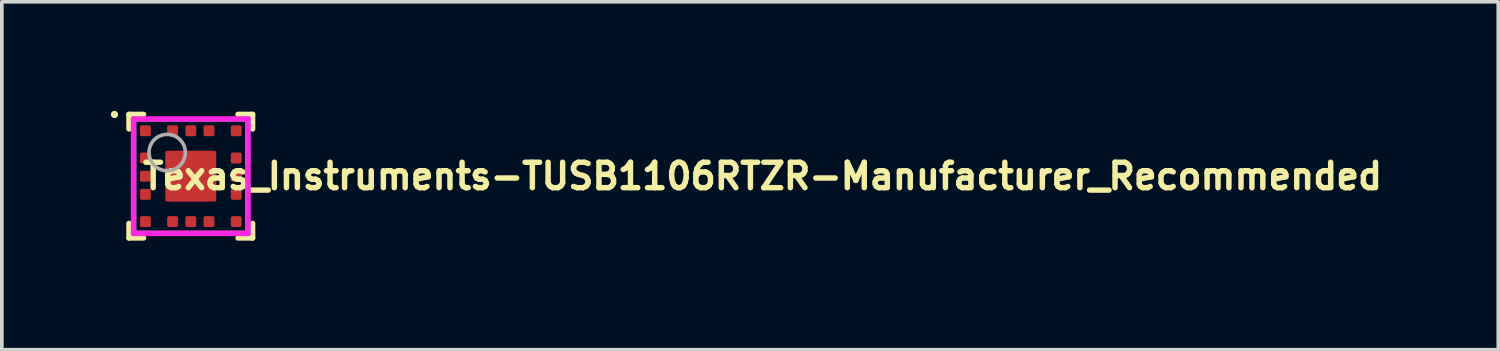
<source format=kicad_pcb>
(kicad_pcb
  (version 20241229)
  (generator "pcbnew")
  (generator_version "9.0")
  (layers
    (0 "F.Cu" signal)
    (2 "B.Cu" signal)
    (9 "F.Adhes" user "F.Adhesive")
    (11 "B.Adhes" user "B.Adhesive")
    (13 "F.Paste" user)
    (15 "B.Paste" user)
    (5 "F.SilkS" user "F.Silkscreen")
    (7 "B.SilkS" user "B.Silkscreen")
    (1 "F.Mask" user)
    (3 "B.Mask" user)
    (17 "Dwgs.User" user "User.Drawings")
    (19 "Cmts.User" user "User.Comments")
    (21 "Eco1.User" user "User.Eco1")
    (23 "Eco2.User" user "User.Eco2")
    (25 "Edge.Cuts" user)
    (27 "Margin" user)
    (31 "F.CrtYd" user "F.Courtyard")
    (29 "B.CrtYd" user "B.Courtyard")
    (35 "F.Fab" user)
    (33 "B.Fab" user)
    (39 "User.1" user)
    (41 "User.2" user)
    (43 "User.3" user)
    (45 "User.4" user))
  (footprint "Texas_Instruments-TUSB1106RTZR-Manufacturer_Recommended"
    (layer "F.Cu")
    (at 2.2 1.798)
    (property "Reference" "Texas_Instruments-TUSB1106RTZR-Manufacturer_Recommended" (at -1.4 -0.000001 0) (layer "F.SilkS") (effects (font (size 0.7 0.7) (thickness 0.15)) (justify left)))
    (attr through_hole)
    (fp_line (start -1.7 -1.7) (end -1.3 -1.7) (stroke (width 0.15) (type solid)) (layer "F.SilkS"))
    (fp_line (start -1.7 -1.3) (end -1.7 -1.7) (stroke (width 0.15) (type solid)) (layer "F.SilkS"))
    (fp_line (start -1.7 1.7) (end -1.7 1.3) (stroke (width 0.15) (type solid)) (layer "F.SilkS"))
    (fp_line (start -1.7 1.7) (end -1.3 1.7) (stroke (width 0.15) (type solid)) (layer "F.SilkS"))
    (fp_line (start 1.3 -1.7) (end 1.7 -1.7) (stroke (width 0.15) (type solid)) (layer "F.SilkS"))
    (fp_line (start 1.3 1.7) (end 1.7 1.7) (stroke (width 0.15) (type solid)) (layer "F.SilkS"))
    (fp_line (start 1.7 -1.3) (end 1.7 -1.7) (stroke (width 0.15) (type solid)) (layer "F.SilkS"))
    (fp_line (start 1.7 1.7) (end 1.7 1.3) (stroke (width 0.15) (type solid)) (layer "F.SilkS"))
    (fp_circle (center -2.1 -1.698) (end -2.05 -1.698) (stroke (width 0.1) (type solid)) (fill no) (layer "F.SilkS"))
    (fp_poly (pts (xy -0.65 -0.65) (xy -0.1 -0.65) (xy -0.1 -0.1) (xy -0.65 -0.1)) (stroke (width 0) (type solid)) (fill yes) (layer "F.Paste"))
    (fp_poly (pts (xy -0.65 0.65) (xy -0.65 0.1) (xy -0.1 0.1) (xy -0.1 0.65)) (stroke (width 0) (type solid)) (fill yes) (layer "F.Paste"))
    (fp_poly (pts (xy 0.65 0.65) (xy 0.1 0.65) (xy 0.1 0.1) (xy 0.65 0.1)) (stroke (width 0) (type solid)) (fill yes) (layer "F.Paste"))
    (fp_poly (pts (xy 0.65 -0.65) (xy 0.65 -0.1) (xy 0.1 -0.1) (xy 0.1 -0.65)) (stroke (width 0) (type solid)) (fill yes) (layer "F.Paste"))
    (fp_poly (pts (xy -1.276 -1.125) (xy -1.224 -1.125) (xy -1.216 -1.125) (xy -1.209 -1.126) (xy -1.201 -1.128) (xy -1.193 -1.13) (xy -1.186 -1.133) (xy -1.179 -1.136) (xy -1.172 -1.14) (xy -1.166 -1.144) (xy -1.16 -1.149) (xy -1.154 -1.154) (xy -1.149 -1.16) (xy -1.144 -1.166) (xy -1.14 -1.172) (xy -1.136 -1.179) (xy -1.133 -1.186) (xy -1.13 -1.193) (xy -1.128 -1.201) (xy -1.126 -1.209) (xy -1.125 -1.216) (xy -1.125 -1.224) (xy -1.125 -1.276) (xy -1.125 -1.284) (xy -1.126 -1.291) (xy -1.128 -1.299) (xy -1.13 -1.307) (xy -1.133 -1.314) (xy -1.136 -1.321) (xy -1.14 -1.328) (xy -1.144 -1.334) (xy -1.149 -1.34) (xy -1.154 -1.346) (xy -1.16 -1.351) (xy -1.166 -1.356) (xy -1.172 -1.36) (xy -1.179 -1.364) (xy -1.186 -1.367) (xy -1.193 -1.37) (xy -1.201 -1.372) (xy -1.209 -1.374) (xy -1.216 -1.375) (xy -1.224 -1.375) (xy -1.276 -1.375) (xy -1.284 -1.375) (xy -1.291 -1.374) (xy -1.299 -1.372) (xy -1.307 -1.37) (xy -1.314 -1.367) (xy -1.321 -1.364) (xy -1.328 -1.36) (xy -1.334 -1.356) (xy -1.34 -1.351) (xy -1.346 -1.346) (xy -1.351 -1.34) (xy -1.356 -1.334) (xy -1.36 -1.328) (xy -1.364 -1.321) (xy -1.367 -1.314) (xy -1.37 -1.307) (xy -1.372 -1.299) (xy -1.374 -1.291) (xy -1.375 -1.284) (xy -1.375 -1.276) (xy -1.375 -1.224) (xy -1.375 -1.216) (xy -1.374 -1.209) (xy -1.372 -1.201) (xy -1.37 -1.193) (xy -1.367 -1.186) (xy -1.364 -1.179) (xy -1.36 -1.172) (xy -1.356 -1.166) (xy -1.351 -1.16) (xy -1.346 -1.154) (xy -1.34 -1.149) (xy -1.334 -1.144) (xy -1.328 -1.14) (xy -1.321 -1.136) (xy -1.314 -1.133) (xy -1.307 -1.13) (xy -1.299 -1.128) (xy -1.291 -1.126) (xy -1.284 -1.125) (xy -1.276 -1.125)) (stroke (width 0) (type solid)) (fill yes) (layer "F.Paste"))
    (fp_poly (pts (xy -1.276 -0.625) (xy -1.284 -0.625) (xy -1.291 -0.624) (xy -1.299 -0.622) (xy -1.307 -0.62) (xy -1.314 -0.617) (xy -1.321 -0.614) (xy -1.328 -0.61) (xy -1.334 -0.606) (xy -1.34 -0.601) (xy -1.346 -0.596) (xy -1.351 -0.59) (xy -1.356 -0.584) (xy -1.36 -0.578) (xy -1.364 -0.571) (xy -1.367 -0.564) (xy -1.37 -0.557) (xy -1.372 -0.549) (xy -1.374 -0.541) (xy -1.375 -0.534) (xy -1.375 -0.526) (xy -1.375 -0.474) (xy -1.375 -0.466) (xy -1.374 -0.459) (xy -1.372 -0.451) (xy -1.37 -0.443) (xy -1.367 -0.436) (xy -1.364 -0.429) (xy -1.36 -0.422) (xy -1.356 -0.416) (xy -1.351 -0.41) (xy -1.346 -0.404) (xy -1.34 -0.399) (xy -1.334 -0.394) (xy -1.328 -0.39) (xy -1.321 -0.386) (xy -1.314 -0.383) (xy -1.307 -0.38) (xy -1.299 -0.378) (xy -1.291 -0.376) (xy -1.284 -0.375) (xy -1.276 -0.375) (xy -1.224 -0.375) (xy -1.216 -0.375) (xy -1.209 -0.376) (xy -1.201 -0.378) (xy -1.193 -0.38) (xy -1.186 -0.383) (xy -1.179 -0.386) (xy -1.172 -0.39) (xy -1.166 -0.394) (xy -1.16 -0.399) (xy -1.154 -0.404) (xy -1.149 -0.41) (xy -1.144 -0.416) (xy -1.14 -0.422) (xy -1.136 -0.429) (xy -1.133 -0.436) (xy -1.13 -0.443) (xy -1.128 -0.451) (xy -1.126 -0.459) (xy -1.125 -0.466) (xy -1.125 -0.474) (xy -1.125 -0.526) (xy -1.125 -0.534) (xy -1.126 -0.541) (xy -1.128 -0.549) (xy -1.13 -0.557) (xy -1.133 -0.564) (xy -1.136 -0.571) (xy -1.14 -0.578) (xy -1.144 -0.584) (xy -1.149 -0.59) (xy -1.154 -0.596) (xy -1.16 -0.601) (xy -1.166 -0.606) (xy -1.172 -0.61) (xy -1.179 -0.614) (xy -1.186 -0.617) (xy -1.193 -0.62) (xy -1.201 -0.622) (xy -1.209 -0.624) (xy -1.216 -0.625) (xy -1.224 -0.625) (xy -1.276 -0.625)) (stroke (width 0) (type solid)) (fill yes) (layer "F.Paste"))
    (fp_poly (pts (xy -1.276 0.125) (xy -1.224 0.125) (xy -1.216 0.125) (xy -1.209 0.124) (xy -1.201 0.122) (xy -1.193 0.12) (xy -1.186 0.117) (xy -1.179 0.114) (xy -1.172 0.11) (xy -1.166 0.106) (xy -1.16 0.101) (xy -1.154 0.096) (xy -1.149 0.09) (xy -1.144 0.084) (xy -1.14 0.078) (xy -1.136 0.071) (xy -1.133 0.064) (xy -1.13 0.057) (xy -1.128 0.049) (xy -1.126 0.041) (xy -1.125 0.034) (xy -1.125 0.026) (xy -1.125 -0.026) (xy -1.125 -0.034) (xy -1.126 -0.041) (xy -1.128 -0.049) (xy -1.13 -0.057) (xy -1.133 -0.064) (xy -1.136 -0.071) (xy -1.14 -0.078) (xy -1.144 -0.084) (xy -1.149 -0.09) (xy -1.154 -0.096) (xy -1.16 -0.101) (xy -1.166 -0.106) (xy -1.172 -0.11) (xy -1.179 -0.114) (xy -1.186 -0.117) (xy -1.193 -0.12) (xy -1.201 -0.122) (xy -1.209 -0.124) (xy -1.216 -0.125) (xy -1.224 -0.125) (xy -1.276 -0.125) (xy -1.284 -0.125) (xy -1.291 -0.124) (xy -1.299 -0.122) (xy -1.307 -0.12) (xy -1.314 -0.117) (xy -1.321 -0.114) (xy -1.328 -0.11) (xy -1.334 -0.106) (xy -1.34 -0.101) (xy -1.346 -0.096) (xy -1.351 -0.09) (xy -1.356 -0.084) (xy -1.36 -0.078) (xy -1.364 -0.071) (xy -1.367 -0.064) (xy -1.37 -0.057) (xy -1.372 -0.049) (xy -1.374 -0.041) (xy -1.375 -0.034) (xy -1.375 -0.026) (xy -1.375 0.026) (xy -1.375 0.034) (xy -1.374 0.041) (xy -1.372 0.049) (xy -1.37 0.057) (xy -1.367 0.064) (xy -1.364 0.071) (xy -1.36 0.078) (xy -1.356 0.084) (xy -1.351 0.09) (xy -1.346 0.096) (xy -1.34 0.101) (xy -1.334 0.106) (xy -1.328 0.11) (xy -1.321 0.114) (xy -1.314 0.117) (xy -1.307 0.12) (xy -1.299 0.122) (xy -1.291 0.124) (xy -1.284 0.125) (xy -1.276 0.125)) (stroke (width 0) (type solid)) (fill yes) (layer "F.Paste"))
    (fp_poly (pts (xy -1.276 0.375) (xy -1.284 0.375) (xy -1.291 0.376) (xy -1.299 0.378) (xy -1.307 0.38) (xy -1.314 0.383) (xy -1.321 0.386) (xy -1.328 0.39) (xy -1.334 0.394) (xy -1.34 0.399) (xy -1.346 0.404) (xy -1.351 0.41) (xy -1.356 0.416) (xy -1.36 0.422) (xy -1.364 0.429) (xy -1.367 0.436) (xy -1.37 0.443) (xy -1.372 0.451) (xy -1.374 0.459) (xy -1.375 0.466) (xy -1.375 0.474) (xy -1.375 0.526) (xy -1.375 0.534) (xy -1.374 0.541) (xy -1.372 0.549) (xy -1.37 0.557) (xy -1.367 0.564) (xy -1.364 0.571) (xy -1.36 0.578) (xy -1.356 0.584) (xy -1.351 0.59) (xy -1.346 0.596) (xy -1.34 0.601) (xy -1.334 0.606) (xy -1.328 0.61) (xy -1.321 0.614) (xy -1.314 0.617) (xy -1.307 0.62) (xy -1.299 0.622) (xy -1.291 0.624) (xy -1.284 0.625) (xy -1.276 0.625) (xy -1.224 0.625) (xy -1.216 0.625) (xy -1.209 0.624) (xy -1.201 0.622) (xy -1.193 0.62) (xy -1.186 0.617) (xy -1.179 0.614) (xy -1.172 0.61) (xy -1.166 0.606) (xy -1.16 0.601) (xy -1.154 0.596) (xy -1.149 0.59) (xy -1.144 0.584) (xy -1.14 0.578) (xy -1.136 0.571) (xy -1.133 0.564) (xy -1.13 0.557) (xy -1.128 0.549) (xy -1.126 0.541) (xy -1.125 0.534) (xy -1.125 0.526) (xy -1.125 0.474) (xy -1.125 0.466) (xy -1.126 0.459) (xy -1.128 0.451) (xy -1.13 0.443) (xy -1.133 0.436) (xy -1.136 0.429) (xy -1.14 0.422) (xy -1.144 0.416) (xy -1.149 0.41) (xy -1.154 0.404) (xy -1.16 0.399) (xy -1.166 0.394) (xy -1.172 0.39) (xy -1.179 0.386) (xy -1.186 0.383) (xy -1.193 0.38) (xy -1.201 0.378) (xy -1.209 0.376) (xy -1.216 0.375) (xy -1.224 0.375) (xy -1.276 0.375)) (stroke (width 0) (type solid)) (fill yes) (layer "F.Paste"))
    (fp_poly (pts (xy -1.125 1.224) (xy -1.125 1.216) (xy -1.126 1.209) (xy -1.128 1.201) (xy -1.13 1.193) (xy -1.133 1.186) (xy -1.136 1.179) (xy -1.14 1.172) (xy -1.144 1.166) (xy -1.149 1.16) (xy -1.154 1.154) (xy -1.16 1.149) (xy -1.166 1.144) (xy -1.172 1.14) (xy -1.179 1.136) (xy -1.186 1.133) (xy -1.193 1.13) (xy -1.201 1.128) (xy -1.209 1.126) (xy -1.216 1.125) (xy -1.224 1.125) (xy -1.276 1.125) (xy -1.284 1.125) (xy -1.291 1.126) (xy -1.299 1.128) (xy -1.307 1.13) (xy -1.314 1.133) (xy -1.321 1.136) (xy -1.328 1.14) (xy -1.334 1.144) (xy -1.34 1.149) (xy -1.346 1.154) (xy -1.351 1.16) (xy -1.356 1.166) (xy -1.36 1.172) (xy -1.364 1.179) (xy -1.367 1.186) (xy -1.37 1.193) (xy -1.372 1.201) (xy -1.374 1.209) (xy -1.375 1.216) (xy -1.375 1.224) (xy -1.375 1.276) (xy -1.375 1.284) (xy -1.374 1.291) (xy -1.372 1.299) (xy -1.37 1.307) (xy -1.367 1.314) (xy -1.364 1.321) (xy -1.36 1.328) (xy -1.356 1.334) (xy -1.351 1.34) (xy -1.346 1.346) (xy -1.34 1.351) (xy -1.334 1.356) (xy -1.328 1.36) (xy -1.321 1.364) (xy -1.314 1.367) (xy -1.307 1.37) (xy -1.299 1.372) (xy -1.291 1.374) (xy -1.284 1.375) (xy -1.276 1.375) (xy -1.224 1.375) (xy -1.216 1.375) (xy -1.209 1.374) (xy -1.201 1.372) (xy -1.193 1.37) (xy -1.186 1.367) (xy -1.179 1.364) (xy -1.172 1.36) (xy -1.166 1.356) (xy -1.16 1.351) (xy -1.154 1.346) (xy -1.149 1.34) (xy -1.144 1.334) (xy -1.14 1.328) (xy -1.136 1.321) (xy -1.133 1.314) (xy -1.13 1.307) (xy -1.128 1.299) (xy -1.126 1.291) (xy -1.125 1.284) (xy -1.125 1.276) (xy -1.125 1.224)) (stroke (width 0) (type solid)) (fill yes) (layer "F.Paste"))
    (fp_poly (pts (xy -0.625 -1.224) (xy -0.625 -1.216) (xy -0.624 -1.209) (xy -0.622 -1.201) (xy -0.62 -1.193) (xy -0.617 -1.186) (xy -0.614 -1.179) (xy -0.61 -1.172) (xy -0.606 -1.166) (xy -0.601 -1.16) (xy -0.596 -1.154) (xy -0.59 -1.149) (xy -0.584 -1.144) (xy -0.578 -1.14) (xy -0.571 -1.136) (xy -0.564 -1.133) (xy -0.557 -1.13) (xy -0.549 -1.128) (xy -0.541 -1.126) (xy -0.534 -1.125) (xy -0.526 -1.125) (xy -0.474 -1.125) (xy -0.466 -1.125) (xy -0.459 -1.126) (xy -0.451 -1.128) (xy -0.443 -1.13) (xy -0.436 -1.133) (xy -0.429 -1.136) (xy -0.422 -1.14) (xy -0.416 -1.144) (xy -0.41 -1.149) (xy -0.404 -1.154) (xy -0.399 -1.16) (xy -0.394 -1.166) (xy -0.39 -1.172) (xy -0.386 -1.179) (xy -0.383 -1.186) (xy -0.38 -1.193) (xy -0.378 -1.201) (xy -0.376 -1.209) (xy -0.375 -1.216) (xy -0.375 -1.224) (xy -0.375 -1.276) (xy -0.375 -1.284) (xy -0.376 -1.291) (xy -0.378 -1.299) (xy -0.38 -1.307) (xy -0.383 -1.314) (xy -0.386 -1.321) (xy -0.39 -1.328) (xy -0.394 -1.334) (xy -0.399 -1.34) (xy -0.404 -1.346) (xy -0.41 -1.351) (xy -0.416 -1.356) (xy -0.422 -1.36) (xy -0.429 -1.364) (xy -0.436 -1.367) (xy -0.443 -1.37) (xy -0.451 -1.372) (xy -0.459 -1.374) (xy -0.466 -1.375) (xy -0.474 -1.375) (xy -0.526 -1.375) (xy -0.534 -1.375) (xy -0.541 -1.374) (xy -0.549 -1.372) (xy -0.557 -1.37) (xy -0.564 -1.367) (xy -0.571 -1.364) (xy -0.578 -1.36) (xy -0.584 -1.356) (xy -0.59 -1.351) (xy -0.596 -1.346) (xy -0.601 -1.34) (xy -0.606 -1.334) (xy -0.61 -1.328) (xy -0.614 -1.321) (xy -0.617 -1.314) (xy -0.62 -1.307) (xy -0.622 -1.299) (xy -0.624 -1.291) (xy -0.625 -1.284) (xy -0.625 -1.276) (xy -0.625 -1.224)) (stroke (width 0) (type solid)) (fill yes) (layer "F.Paste"))
    (fp_poly (pts (xy -0.625 1.276) (xy -0.625 1.284) (xy -0.624 1.291) (xy -0.622 1.299) (xy -0.62 1.307) (xy -0.617 1.314) (xy -0.614 1.321) (xy -0.61 1.328) (xy -0.606 1.334) (xy -0.601 1.34) (xy -0.596 1.346) (xy -0.59 1.351) (xy -0.584 1.356) (xy -0.578 1.36) (xy -0.571 1.364) (xy -0.564 1.367) (xy -0.557 1.37) (xy -0.549 1.372) (xy -0.541 1.374) (xy -0.534 1.375) (xy -0.526 1.375) (xy -0.474 1.375) (xy -0.466 1.375) (xy -0.459 1.374) (xy -0.451 1.372) (xy -0.443 1.37) (xy -0.436 1.367) (xy -0.429 1.364) (xy -0.422 1.36) (xy -0.416 1.356) (xy -0.41 1.351) (xy -0.404 1.346) (xy -0.399 1.34) (xy -0.394 1.334) (xy -0.39 1.328) (xy -0.386 1.321) (xy -0.383 1.314) (xy -0.38 1.307) (xy -0.378 1.299) (xy -0.376 1.291) (xy -0.375 1.284) (xy -0.375 1.276) (xy -0.375 1.224) (xy -0.375 1.216) (xy -0.376 1.209) (xy -0.378 1.201) (xy -0.38 1.193) (xy -0.383 1.186) (xy -0.386 1.179) (xy -0.39 1.172) (xy -0.394 1.166) (xy -0.399 1.16) (xy -0.404 1.154) (xy -0.41 1.149) (xy -0.416 1.144) (xy -0.422 1.14) (xy -0.429 1.136) (xy -0.436 1.133) (xy -0.443 1.13) (xy -0.451 1.128) (xy -0.459 1.126) (xy -0.466 1.125) (xy -0.474 1.125) (xy -0.526 1.125) (xy -0.534 1.125) (xy -0.541 1.126) (xy -0.549 1.128) (xy -0.557 1.13) (xy -0.564 1.133) (xy -0.571 1.136) (xy -0.578 1.14) (xy -0.584 1.144) (xy -0.59 1.149) (xy -0.596 1.154) (xy -0.601 1.16) (xy -0.606 1.166) (xy -0.61 1.172) (xy -0.614 1.179) (xy -0.617 1.186) (xy -0.62 1.193) (xy -0.622 1.201) (xy -0.624 1.209) (xy -0.625 1.216) (xy -0.625 1.224) (xy -0.625 1.276)) (stroke (width 0) (type solid)) (fill yes) (layer "F.Paste"))
    (fp_poly (pts (xy -0.125 1.276) (xy -0.125 1.284) (xy -0.124 1.291) (xy -0.122 1.299) (xy -0.12 1.307) (xy -0.117 1.314) (xy -0.114 1.321) (xy -0.11 1.328) (xy -0.106 1.334) (xy -0.101 1.34) (xy -0.096 1.346) (xy -0.09 1.351) (xy -0.084 1.356) (xy -0.078 1.36) (xy -0.071 1.364) (xy -0.064 1.367) (xy -0.057 1.37) (xy -0.049 1.372) (xy -0.041 1.374) (xy -0.034 1.375) (xy -0.026 1.375) (xy 0.026 1.375) (xy 0.034 1.375) (xy 0.041 1.374) (xy 0.049 1.372) (xy 0.057 1.37) (xy 0.064 1.367) (xy 0.071 1.364) (xy 0.078 1.36) (xy 0.084 1.356) (xy 0.09 1.351) (xy 0.096 1.346) (xy 0.101 1.34) (xy 0.106 1.334) (xy 0.11 1.328) (xy 0.114 1.321) (xy 0.117 1.314) (xy 0.12 1.307) (xy 0.122 1.299) (xy 0.124 1.291) (xy 0.125 1.284) (xy 0.125 1.276) (xy 0.125 1.224) (xy 0.125 1.216) (xy 0.124 1.209) (xy 0.122 1.201) (xy 0.12 1.193) (xy 0.117 1.186) (xy 0.114 1.179) (xy 0.11 1.172) (xy 0.106 1.166) (xy 0.101 1.16) (xy 0.096 1.154) (xy 0.09 1.149) (xy 0.084 1.144) (xy 0.078 1.14) (xy 0.071 1.136) (xy 0.064 1.133) (xy 0.057 1.13) (xy 0.049 1.128) (xy 0.041 1.126) (xy 0.034 1.125) (xy 0.026 1.125) (xy -0.026 1.125) (xy -0.034 1.125) (xy -0.041 1.126) (xy -0.049 1.128) (xy -0.057 1.13) (xy -0.064 1.133) (xy -0.071 1.136) (xy -0.078 1.14) (xy -0.084 1.144) (xy -0.09 1.149) (xy -0.096 1.154) (xy -0.101 1.16) (xy -0.106 1.166) (xy -0.11 1.172) (xy -0.114 1.179) (xy -0.117 1.186) (xy -0.12 1.193) (xy -0.122 1.201) (xy -0.124 1.209) (xy -0.125 1.216) (xy -0.125 1.224) (xy -0.125 1.276)) (stroke (width 0) (type solid)) (fill yes) (layer "F.Paste"))
    (fp_poly (pts (xy -0.026 -1.125) (xy 0.026 -1.125) (xy 0.034 -1.125) (xy 0.041 -1.126) (xy 0.049 -1.128) (xy 0.057 -1.13) (xy 0.064 -1.133) (xy 0.071 -1.136) (xy 0.078 -1.14) (xy 0.084 -1.144) (xy 0.09 -1.149) (xy 0.096 -1.154) (xy 0.101 -1.16) (xy 0.106 -1.166) (xy 0.11 -1.172) (xy 0.114 -1.179) (xy 0.117 -1.186) (xy 0.12 -1.193) (xy 0.122 -1.201) (xy 0.124 -1.209) (xy 0.125 -1.216) (xy 0.125 -1.224) (xy 0.125 -1.276) (xy 0.125 -1.284) (xy 0.124 -1.291) (xy 0.122 -1.299) (xy 0.12 -1.307) (xy 0.117 -1.314) (xy 0.114 -1.321) (xy 0.11 -1.328) (xy 0.106 -1.334) (xy 0.101 -1.34) (xy 0.096 -1.346) (xy 0.09 -1.351) (xy 0.084 -1.356) (xy 0.078 -1.36) (xy 0.071 -1.364) (xy 0.064 -1.367) (xy 0.057 -1.37) (xy 0.049 -1.372) (xy 0.041 -1.374) (xy 0.034 -1.375) (xy 0.026 -1.375) (xy -0.026 -1.375) (xy -0.034 -1.375) (xy -0.041 -1.374) (xy -0.049 -1.372) (xy -0.057 -1.37) (xy -0.064 -1.367) (xy -0.071 -1.364) (xy -0.078 -1.36) (xy -0.084 -1.356) (xy -0.09 -1.351) (xy -0.096 -1.346) (xy -0.101 -1.34) (xy -0.106 -1.334) (xy -0.11 -1.328) (xy -0.114 -1.321) (xy -0.117 -1.314) (xy -0.12 -1.307) (xy -0.122 -1.299) (xy -0.124 -1.291) (xy -0.125 -1.284) (xy -0.125 -1.276) (xy -0.125 -1.224) (xy -0.125 -1.216) (xy -0.124 -1.209) (xy -0.122 -1.201) (xy -0.12 -1.193) (xy -0.117 -1.186) (xy -0.114 -1.179) (xy -0.11 -1.172) (xy -0.106 -1.166) (xy -0.101 -1.16) (xy -0.096 -1.154) (xy -0.09 -1.149) (xy -0.084 -1.144) (xy -0.078 -1.139) (xy -0.071 -1.136) (xy -0.064 -1.132) (xy -0.057 -1.13) (xy -0.049 -1.127) (xy -0.041 -1.126) (xy -0.034 -1.125) (xy -0.026 -1.125)) (stroke (width 0) (type solid)) (fill yes) (layer "F.Paste"))
    (fp_poly (pts (xy 0.35 0.252) (xy 0.35 -0.252) (xy 0.35 -0.26) (xy 0.349 -0.267) (xy 0.347 -0.275) (xy 0.345 -0.282) (xy 0.343 -0.29) (xy 0.339 -0.296) (xy 0.336 -0.303) (xy 0.331 -0.31) (xy 0.327 -0.316) (xy 0.321 -0.321) (xy 0.316 -0.327) (xy 0.31 -0.331) (xy 0.303 -0.336) (xy 0.296 -0.339) (xy 0.29 -0.343) (xy 0.282 -0.345) (xy 0.275 -0.347) (xy 0.267 -0.349) (xy 0.26 -0.35) (xy 0.252 -0.35) (xy -0.252 -0.35) (xy -0.26 -0.35) (xy -0.267 -0.349) (xy -0.275 -0.347) (xy -0.282 -0.345) (xy -0.29 -0.343) (xy -0.296 -0.339) (xy -0.303 -0.336) (xy -0.31 -0.331) (xy -0.316 -0.327) (xy -0.321 -0.321) (xy -0.327 -0.316) (xy -0.331 -0.31) (xy -0.336 -0.303) (xy -0.339 -0.296) (xy -0.343 -0.29) (xy -0.345 -0.282) (xy -0.347 -0.275) (xy -0.349 -0.267) (xy -0.35 -0.26) (xy -0.35 -0.252) (xy -0.35 0.252) (xy -0.35 0.26) (xy -0.349 0.267) (xy -0.347 0.275) (xy -0.345 0.282) (xy -0.343 0.29) (xy -0.339 0.296) (xy -0.336 0.303) (xy -0.331 0.31) (xy -0.327 0.316) (xy -0.321 0.321) (xy -0.316 0.327) (xy -0.31 0.331) (xy -0.303 0.336) (xy -0.296 0.339) (xy -0.29 0.343) (xy -0.282 0.345) (xy -0.275 0.347) (xy -0.267 0.349) (xy -0.26 0.35) (xy -0.252 0.35) (xy 0.252 0.35) (xy 0.26 0.35) (xy 0.267 0.349) (xy 0.275 0.347) (xy 0.282 0.345) (xy 0.289 0.343) (xy 0.296 0.339) (xy 0.303 0.336) (xy 0.309 0.331) (xy 0.315 0.327) (xy 0.321 0.321) (xy 0.326 0.316) (xy 0.331 0.31) (xy 0.335 0.303) (xy 0.339 0.297) (xy 0.342 0.29) (xy 0.345 0.283) (xy 0.347 0.275) (xy 0.349 0.268) (xy 0.35 0.26) (xy 0.35 0.253)) (stroke (width 0) (type solid)) (fill yes) (layer "F.Paste"))
    (fp_poly (pts (xy 0.375 1.224) (xy 0.375 1.276) (xy 0.375 1.284) (xy 0.376 1.291) (xy 0.378 1.299) (xy 0.38 1.307) (xy 0.383 1.314) (xy 0.386 1.321) (xy 0.39 1.328) (xy 0.394 1.334) (xy 0.399 1.34) (xy 0.404 1.346) (xy 0.41 1.351) (xy 0.416 1.356) (xy 0.422 1.36) (xy 0.429 1.364) (xy 0.436 1.367) (xy 0.443 1.37) (xy 0.451 1.372) (xy 0.459 1.374) (xy 0.466 1.375) (xy 0.474 1.375) (xy 0.526 1.375) (xy 0.534 1.375) (xy 0.541 1.374) (xy 0.549 1.372) (xy 0.557 1.37) (xy 0.564 1.367) (xy 0.571 1.364) (xy 0.578 1.36) (xy 0.584 1.356) (xy 0.59 1.351) (xy 0.596 1.346) (xy 0.601 1.34) (xy 0.606 1.334) (xy 0.61 1.328) (xy 0.614 1.321) (xy 0.617 1.314) (xy 0.62 1.307) (xy 0.622 1.299) (xy 0.624 1.291) (xy 0.625 1.284) (xy 0.625 1.276) (xy 0.625 1.224) (xy 0.625 1.216) (xy 0.624 1.209) (xy 0.622 1.201) (xy 0.62 1.193) (xy 0.617 1.186) (xy 0.614 1.179) (xy 0.61 1.172) (xy 0.606 1.166) (xy 0.601 1.16) (xy 0.596 1.154) (xy 0.59 1.149) (xy 0.584 1.144) (xy 0.578 1.14) (xy 0.571 1.136) (xy 0.564 1.133) (xy 0.557 1.13) (xy 0.549 1.128) (xy 0.541 1.126) (xy 0.534 1.125) (xy 0.526 1.125) (xy 0.474 1.125) (xy 0.466 1.125) (xy 0.459 1.126) (xy 0.451 1.128) (xy 0.443 1.13) (xy 0.436 1.133) (xy 0.429 1.136) (xy 0.422 1.14) (xy 0.416 1.144) (xy 0.41 1.149) (xy 0.404 1.154) (xy 0.399 1.16) (xy 0.394 1.166) (xy 0.39 1.172) (xy 0.386 1.179) (xy 0.383 1.186) (xy 0.38 1.193) (xy 0.378 1.201) (xy 0.376 1.209) (xy 0.375 1.216) (xy 0.375 1.224)) (stroke (width 0) (type solid)) (fill yes) (layer "F.Paste"))
    (fp_poly (pts (xy 0.474 -1.375) (xy 0.466 -1.375) (xy 0.459 -1.374) (xy 0.451 -1.372) (xy 0.443 -1.37) (xy 0.436 -1.367) (xy 0.429 -1.364) (xy 0.422 -1.36) (xy 0.416 -1.356) (xy 0.41 -1.351) (xy 0.404 -1.346) (xy 0.399 -1.34) (xy 0.394 -1.334) (xy 0.39 -1.328) (xy 0.386 -1.321) (xy 0.383 -1.314) (xy 0.38 -1.307) (xy 0.378 -1.299) (xy 0.376 -1.291) (xy 0.375 -1.284) (xy 0.375 -1.276) (xy 0.375 -1.224) (xy 0.375 -1.216) (xy 0.376 -1.209) (xy 0.378 -1.201) (xy 0.38 -1.193) (xy 0.383 -1.186) (xy 0.386 -1.179) (xy 0.39 -1.172) (xy 0.394 -1.166) (xy 0.399 -1.16) (xy 0.404 -1.154) (xy 0.41 -1.149) (xy 0.416 -1.144) (xy 0.422 -1.14) (xy 0.429 -1.136) (xy 0.436 -1.133) (xy 0.443 -1.13) (xy 0.451 -1.128) (xy 0.459 -1.126) (xy 0.466 -1.125) (xy 0.474 -1.125) (xy 0.526 -1.125) (xy 0.534 -1.125) (xy 0.541 -1.126) (xy 0.549 -1.128) (xy 0.557 -1.13) (xy 0.564 -1.133) (xy 0.571 -1.136) (xy 0.578 -1.14) (xy 0.584 -1.144) (xy 0.59 -1.149) (xy 0.596 -1.154) (xy 0.601 -1.16) (xy 0.606 -1.166) (xy 0.61 -1.172) (xy 0.614 -1.179) (xy 0.617 -1.186) (xy 0.62 -1.193) (xy 0.622 -1.201) (xy 0.624 -1.209) (xy 0.625 -1.216) (xy 0.625 -1.224) (xy 0.625 -1.276) (xy 0.625 -1.284) (xy 0.624 -1.291) (xy 0.622 -1.299) (xy 0.62 -1.307) (xy 0.617 -1.314) (xy 0.614 -1.321) (xy 0.61 -1.328) (xy 0.606 -1.334) (xy 0.601 -1.34) (xy 0.596 -1.346) (xy 0.59 -1.351) (xy 0.584 -1.356) (xy 0.578 -1.36) (xy 0.571 -1.364) (xy 0.564 -1.367) (xy 0.557 -1.37) (xy 0.549 -1.372) (xy 0.541 -1.374) (xy 0.534 -1.375) (xy 0.526 -1.375) (xy 0.474 -1.375)) (stroke (width 0) (type solid)) (fill yes) (layer "F.Paste"))
    (fp_poly (pts (xy 1.125 -0.526) (xy 1.125 -0.474) (xy 1.125 -0.466) (xy 1.126 -0.459) (xy 1.128 -0.451) (xy 1.13 -0.443) (xy 1.133 -0.436) (xy 1.136 -0.429) (xy 1.14 -0.422) (xy 1.144 -0.416) (xy 1.149 -0.41) (xy 1.154 -0.404) (xy 1.16 -0.399) (xy 1.166 -0.394) (xy 1.172 -0.39) (xy 1.179 -0.386) (xy 1.186 -0.383) (xy 1.193 -0.38) (xy 1.201 -0.378) (xy 1.209 -0.376) (xy 1.216 -0.375) (xy 1.224 -0.375) (xy 1.276 -0.375) (xy 1.284 -0.375) (xy 1.291 -0.376) (xy 1.299 -0.378) (xy 1.307 -0.38) (xy 1.314 -0.383) (xy 1.321 -0.386) (xy 1.328 -0.39) (xy 1.334 -0.394) (xy 1.34 -0.399) (xy 1.346 -0.404) (xy 1.351 -0.41) (xy 1.356 -0.416) (xy 1.36 -0.422) (xy 1.364 -0.429) (xy 1.367 -0.436) (xy 1.37 -0.443) (xy 1.372 -0.451) (xy 1.374 -0.459) (xy 1.375 -0.466) (xy 1.375 -0.474) (xy 1.375 -0.526) (xy 1.375 -0.534) (xy 1.374 -0.541) (xy 1.372 -0.549) (xy 1.37 -0.557) (xy 1.367 -0.564) (xy 1.364 -0.571) (xy 1.36 -0.578) (xy 1.356 -0.584) (xy 1.351 -0.59) (xy 1.346 -0.596) (xy 1.34 -0.601) (xy 1.334 -0.606) (xy 1.328 -0.61) (xy 1.321 -0.614) (xy 1.314 -0.617) (xy 1.307 -0.62) (xy 1.299 -0.622) (xy 1.291 -0.624) (xy 1.284 -0.625) (xy 1.276 -0.625) (xy 1.224 -0.625) (xy 1.216 -0.625) (xy 1.209 -0.624) (xy 1.201 -0.622) (xy 1.193 -0.62) (xy 1.186 -0.617) (xy 1.179 -0.614) (xy 1.172 -0.61) (xy 1.166 -0.606) (xy 1.16 -0.601) (xy 1.154 -0.596) (xy 1.149 -0.59) (xy 1.144 -0.584) (xy 1.14 -0.578) (xy 1.136 -0.571) (xy 1.133 -0.564) (xy 1.13 -0.557) (xy 1.128 -0.549) (xy 1.126 -0.541) (xy 1.125 -0.534) (xy 1.125 -0.526)) (stroke (width 0) (type solid)) (fill yes) (layer "F.Paste"))
    (fp_poly (pts (xy 1.125 -0.026) (xy 1.125 0.026) (xy 1.125 0.034) (xy 1.126 0.041) (xy 1.128 0.049) (xy 1.13 0.057) (xy 1.133 0.064) (xy 1.136 0.071) (xy 1.14 0.078) (xy 1.144 0.084) (xy 1.149 0.09) (xy 1.154 0.096) (xy 1.16 0.101) (xy 1.166 0.106) (xy 1.172 0.11) (xy 1.179 0.114) (xy 1.186 0.117) (xy 1.193 0.12) (xy 1.201 0.122) (xy 1.209 0.124) (xy 1.216 0.125) (xy 1.224 0.125) (xy 1.276 0.125) (xy 1.284 0.125) (xy 1.291 0.124) (xy 1.299 0.122) (xy 1.307 0.12) (xy 1.314 0.117) (xy 1.321 0.114) (xy 1.328 0.11) (xy 1.334 0.106) (xy 1.34 0.101) (xy 1.346 0.096) (xy 1.351 0.09) (xy 1.356 0.084) (xy 1.36 0.078) (xy 1.364 0.071) (xy 1.367 0.064) (xy 1.37 0.057) (xy 1.372 0.049) (xy 1.374 0.041) (xy 1.375 0.034) (xy 1.375 0.026) (xy 1.375 -0.026) (xy 1.375 -0.034) (xy 1.374 -0.041) (xy 1.372 -0.049) (xy 1.37 -0.057) (xy 1.367 -0.064) (xy 1.364 -0.071) (xy 1.36 -0.078) (xy 1.356 -0.084) (xy 1.351 -0.09) (xy 1.346 -0.096) (xy 1.34 -0.101) (xy 1.334 -0.106) (xy 1.328 -0.11) (xy 1.321 -0.114) (xy 1.314 -0.117) (xy 1.307 -0.12) (xy 1.299 -0.122) (xy 1.291 -0.124) (xy 1.284 -0.125) (xy 1.276 -0.125) (xy 1.224 -0.125) (xy 1.216 -0.125) (xy 1.209 -0.124) (xy 1.201 -0.122) (xy 1.193 -0.12) (xy 1.186 -0.117) (xy 1.179 -0.114) (xy 1.172 -0.11) (xy 1.166 -0.106) (xy 1.16 -0.101) (xy 1.154 -0.096) (xy 1.149 -0.09) (xy 1.144 -0.084) (xy 1.14 -0.078) (xy 1.136 -0.071) (xy 1.133 -0.064) (xy 1.13 -0.057) (xy 1.128 -0.049) (xy 1.126 -0.041) (xy 1.125 -0.034) (xy 1.125 -0.026)) (stroke (width 0) (type solid)) (fill yes) (layer "F.Paste"))
    (fp_poly (pts (xy 1.224 -1.125) (xy 1.276 -1.125) (xy 1.284 -1.125) (xy 1.291 -1.126) (xy 1.299 -1.128) (xy 1.307 -1.13) (xy 1.314 -1.133) (xy 1.321 -1.136) (xy 1.328 -1.14) (xy 1.334 -1.144) (xy 1.34 -1.149) (xy 1.346 -1.154) (xy 1.351 -1.16) (xy 1.356 -1.166) (xy 1.36 -1.172) (xy 1.364 -1.179) (xy 1.367 -1.186) (xy 1.37 -1.193) (xy 1.372 -1.201) (xy 1.374 -1.209) (xy 1.375 -1.216) (xy 1.375 -1.224) (xy 1.375 -1.276) (xy 1.375 -1.284) (xy 1.374 -1.291) (xy 1.372 -1.299) (xy 1.37 -1.307) (xy 1.367 -1.314) (xy 1.364 -1.321) (xy 1.36 -1.328) (xy 1.356 -1.334) (xy 1.351 -1.34) (xy 1.346 -1.346) (xy 1.34 -1.351) (xy 1.334 -1.356) (xy 1.328 -1.36) (xy 1.321 -1.364) (xy 1.314 -1.367) (xy 1.307 -1.37) (xy 1.299 -1.372) (xy 1.291 -1.374) (xy 1.284 -1.375) (xy 1.276 -1.375) (xy 1.224 -1.375) (xy 1.216 -1.375) (xy 1.209 -1.374) (xy 1.201 -1.372) (xy 1.193 -1.37) (xy 1.186 -1.367) (xy 1.179 -1.364) (xy 1.172 -1.36) (xy 1.166 -1.356) (xy 1.16 -1.351) (xy 1.154 -1.346) (xy 1.149 -1.34) (xy 1.144 -1.334) (xy 1.14 -1.328) (xy 1.136 -1.321) (xy 1.133 -1.314) (xy 1.13 -1.307) (xy 1.128 -1.299) (xy 1.126 -1.291) (xy 1.125 -1.284) (xy 1.125 -1.276) (xy 1.125 -1.224) (xy 1.125 -1.216) (xy 1.126 -1.209) (xy 1.128 -1.201) (xy 1.13 -1.193) (xy 1.133 -1.186) (xy 1.136 -1.179) (xy 1.14 -1.172) (xy 1.144 -1.166) (xy 1.149 -1.16) (xy 1.154 -1.154) (xy 1.16 -1.149) (xy 1.166 -1.144) (xy 1.172 -1.139) (xy 1.179 -1.136) (xy 1.186 -1.132) (xy 1.193 -1.13) (xy 1.201 -1.127) (xy 1.209 -1.126) (xy 1.216 -1.125) (xy 1.224 -1.125)) (stroke (width 0) (type solid)) (fill yes) (layer "F.Paste"))
    (fp_poly (pts (xy 1.224 0.375) (xy 1.216 0.375) (xy 1.209 0.376) (xy 1.201 0.378) (xy 1.193 0.38) (xy 1.186 0.383) (xy 1.179 0.386) (xy 1.172 0.39) (xy 1.166 0.394) (xy 1.16 0.399) (xy 1.154 0.404) (xy 1.149 0.41) (xy 1.144 0.416) (xy 1.14 0.422) (xy 1.136 0.429) (xy 1.133 0.436) (xy 1.13 0.443) (xy 1.128 0.451) (xy 1.126 0.459) (xy 1.125 0.466) (xy 1.125 0.474) (xy 1.125 0.526) (xy 1.125 0.534) (xy 1.126 0.541) (xy 1.128 0.549) (xy 1.13 0.557) (xy 1.133 0.564) (xy 1.136 0.571) (xy 1.14 0.578) (xy 1.144 0.584) (xy 1.149 0.59) (xy 1.154 0.596) (xy 1.16 0.601) (xy 1.166 0.606) (xy 1.172 0.61) (xy 1.179 0.614) (xy 1.186 0.617) (xy 1.193 0.62) (xy 1.201 0.622) (xy 1.209 0.624) (xy 1.216 0.625) (xy 1.224 0.625) (xy 1.276 0.625) (xy 1.284 0.625) (xy 1.291 0.624) (xy 1.299 0.622) (xy 1.307 0.62) (xy 1.314 0.617) (xy 1.321 0.614) (xy 1.328 0.61) (xy 1.334 0.606) (xy 1.34 0.601) (xy 1.346 0.596) (xy 1.351 0.59) (xy 1.356 0.584) (xy 1.36 0.578) (xy 1.364 0.571) (xy 1.367 0.564) (xy 1.37 0.557) (xy 1.372 0.549) (xy 1.374 0.541) (xy 1.375 0.534) (xy 1.375 0.526) (xy 1.375 0.474) (xy 1.375 0.466) (xy 1.374 0.459) (xy 1.372 0.451) (xy 1.37 0.443) (xy 1.367 0.436) (xy 1.364 0.429) (xy 1.36 0.422) (xy 1.356 0.416) (xy 1.351 0.41) (xy 1.346 0.404) (xy 1.34 0.399) (xy 1.334 0.394) (xy 1.328 0.39) (xy 1.321 0.386) (xy 1.314 0.383) (xy 1.307 0.38) (xy 1.299 0.378) (xy 1.291 0.376) (xy 1.284 0.375) (xy 1.276 0.375) (xy 1.224 0.375)) (stroke (width 0) (type solid)) (fill yes) (layer "F.Paste"))
    (fp_poly (pts (xy 1.375 1.276) (xy 1.375 1.224) (xy 1.375 1.216) (xy 1.374 1.209) (xy 1.372 1.201) (xy 1.37 1.193) (xy 1.367 1.186) (xy 1.364 1.179) (xy 1.36 1.172) (xy 1.356 1.166) (xy 1.351 1.16) (xy 1.346 1.154) (xy 1.34 1.149) (xy 1.334 1.144) (xy 1.328 1.14) (xy 1.321 1.136) (xy 1.314 1.133) (xy 1.307 1.13) (xy 1.299 1.128) (xy 1.291 1.126) (xy 1.284 1.125) (xy 1.276 1.125) (xy 1.224 1.125) (xy 1.216 1.125) (xy 1.209 1.126) (xy 1.201 1.128) (xy 1.193 1.13) (xy 1.186 1.133) (xy 1.179 1.136) (xy 1.172 1.14) (xy 1.166 1.144) (xy 1.16 1.149) (xy 1.154 1.154) (xy 1.149 1.16) (xy 1.144 1.166) (xy 1.14 1.172) (xy 1.136 1.179) (xy 1.133 1.186) (xy 1.13 1.193) (xy 1.128 1.201) (xy 1.126 1.209) (xy 1.125 1.216) (xy 1.125 1.224) (xy 1.125 1.276) (xy 1.125 1.284) (xy 1.126 1.291) (xy 1.128 1.299) (xy 1.13 1.307) (xy 1.133 1.314) (xy 1.136 1.321) (xy 1.14 1.328) (xy 1.144 1.334) (xy 1.149 1.34) (xy 1.154 1.346) (xy 1.16 1.351) (xy 1.166 1.356) (xy 1.172 1.36) (xy 1.179 1.364) (xy 1.186 1.367) (xy 1.193 1.37) (xy 1.201 1.372) (xy 1.209 1.374) (xy 1.216 1.375) (xy 1.224 1.375) (xy 1.276 1.375) (xy 1.284 1.375) (xy 1.291 1.374) (xy 1.299 1.372) (xy 1.307 1.37) (xy 1.314 1.367) (xy 1.321 1.364) (xy 1.328 1.36) (xy 1.334 1.356) (xy 1.34 1.351) (xy 1.346 1.346) (xy 1.351 1.34) (xy 1.356 1.334) (xy 1.36 1.328) (xy 1.364 1.321) (xy 1.367 1.314) (xy 1.37 1.307) (xy 1.372 1.299) (xy 1.374 1.291) (xy 1.375 1.284) (xy 1.375 1.276)) (stroke (width 0) (type solid)) (fill yes) (layer "F.Paste"))
    (fp_line (start -1.575 -1.575) (end -1.575 1.575) (stroke (width 0.15) (type solid)) (layer "F.CrtYd"))
    (fp_line (start -1.575 1.575) (end 1.575 1.575) (stroke (width 0.15) (type solid)) (layer "F.CrtYd"))
    (fp_line (start 1.575 -1.575) (end -1.575 -1.575) (stroke (width 0.15) (type solid)) (layer "F.CrtYd"))
    (fp_line (start 1.575 -1.575) (end 1.575 -1.575) (stroke (width 0.15) (type solid)) (layer "F.CrtYd"))
    (fp_line (start 1.575 1.575) (end 1.575 -1.575) (stroke (width 0.15) (type solid)) (layer "F.CrtYd"))
    (fp_line (start -1.55 -1.55) (end 1.55 -1.55) (stroke (width 0.1) (type solid)) (layer "F.Fab"))
    (fp_line (start -1.55 1.55) (end -1.55 -1.55) (stroke (width 0.1) (type solid)) (layer "F.Fab"))
    (fp_line (start -1.55 1.55) (end 1.55 1.55) (stroke (width 0.1) (type solid)) (layer "F.Fab"))
    (fp_line (start 1.55 1.55) (end 1.55 -1.55) (stroke (width 0.1) (type solid)) (layer "F.Fab"))
    (fp_circle (center -0.65 -0.65) (end -0.15 -0.65) (stroke (width 0.1) (type solid)) (fill no) (layer "F.Fab"))
    (pad "1" smd roundrect (at -1.25 -1.25 270) (size 0.3 0.3) (layers "F.Cu" "F.Mask") (roundrect_rratio 0.167))
    (pad "2" smd roundrect (at -1.25 -0.5 270) (size 0.3 0.3) (layers "F.Cu" "F.Mask") (roundrect_rratio 0.167))
    (pad "3" smd roundrect (at -1.25 -0.000001 270) (size 0.3 0.3) (layers "F.Cu" "F.Mask") (roundrect_rratio 0.167))
    (pad "4" smd roundrect (at -1.25 0.5 270) (size 0.3 0.3) (layers "F.Cu" "F.Mask") (roundrect_rratio 0.167))
    (pad "5" smd roundrect (at -1.25 1.25) (size 0.3 0.3) (layers "F.Cu" "F.Mask") (roundrect_rratio 0.167))
    (pad "6" smd roundrect (at -0.5 1.25) (size 0.3 0.3) (layers "F.Cu" "F.Mask") (roundrect_rratio 0.167))
    (pad "7" smd roundrect (at 0.000001 1.25) (size 0.3 0.3) (layers "F.Cu" "F.Mask") (roundrect_rratio 0.167))
    (pad "8" smd roundrect (at 0.5 1.25) (size 0.3 0.3) (layers "F.Cu" "F.Mask") (roundrect_rratio 0.167))
    (pad "9" smd roundrect (at 1.25 1.25 270) (size 0.3 0.3) (layers "F.Cu" "F.Mask") (roundrect_rratio 0.167))
    (pad "10" smd roundrect (at 1.25 0.5 270) (size 0.3 0.3) (layers "F.Cu" "F.Mask") (roundrect_rratio 0.167))
    (pad "11" smd roundrect (at 1.25 -0.000001 270) (size 0.3 0.3) (layers "F.Cu" "F.Mask") (roundrect_rratio 0.167))
    (pad "12" smd roundrect (at 1.25 -0.5 270) (size 0.3 0.3) (layers "F.Cu" "F.Mask") (roundrect_rratio 0.167))
    (pad "13" smd roundrect (at 1.25 -1.25) (size 0.3 0.3) (layers "F.Cu" "F.Mask") (roundrect_rratio 0.167))
    (pad "14" smd roundrect (at 0.5 -1.25) (size 0.3 0.3) (layers "F.Cu" "F.Mask") (roundrect_rratio 0.167))
    (pad "15" smd roundrect (at 0.000001 -1.25) (size 0.3 0.3) (layers "F.Cu" "F.Mask") (roundrect_rratio 0.167))
    (pad "16" smd roundrect (at -0.5 -1.25) (size 0.3 0.3) (layers "F.Cu" "F.Mask") (roundrect_rratio 0.167))
    (pad "17" smd roundrect (at 0 0) (size 1.4 1.4) (layers "F.Cu" "F.Mask") (roundrect_rratio 0.036)))
  (gr_rect
    (start -3 -3)
    (end 38.177 6.572)
    (stroke (width 0.1) (type default))
    (fill no)
    (layer "Edge.Cuts")))
</source>
